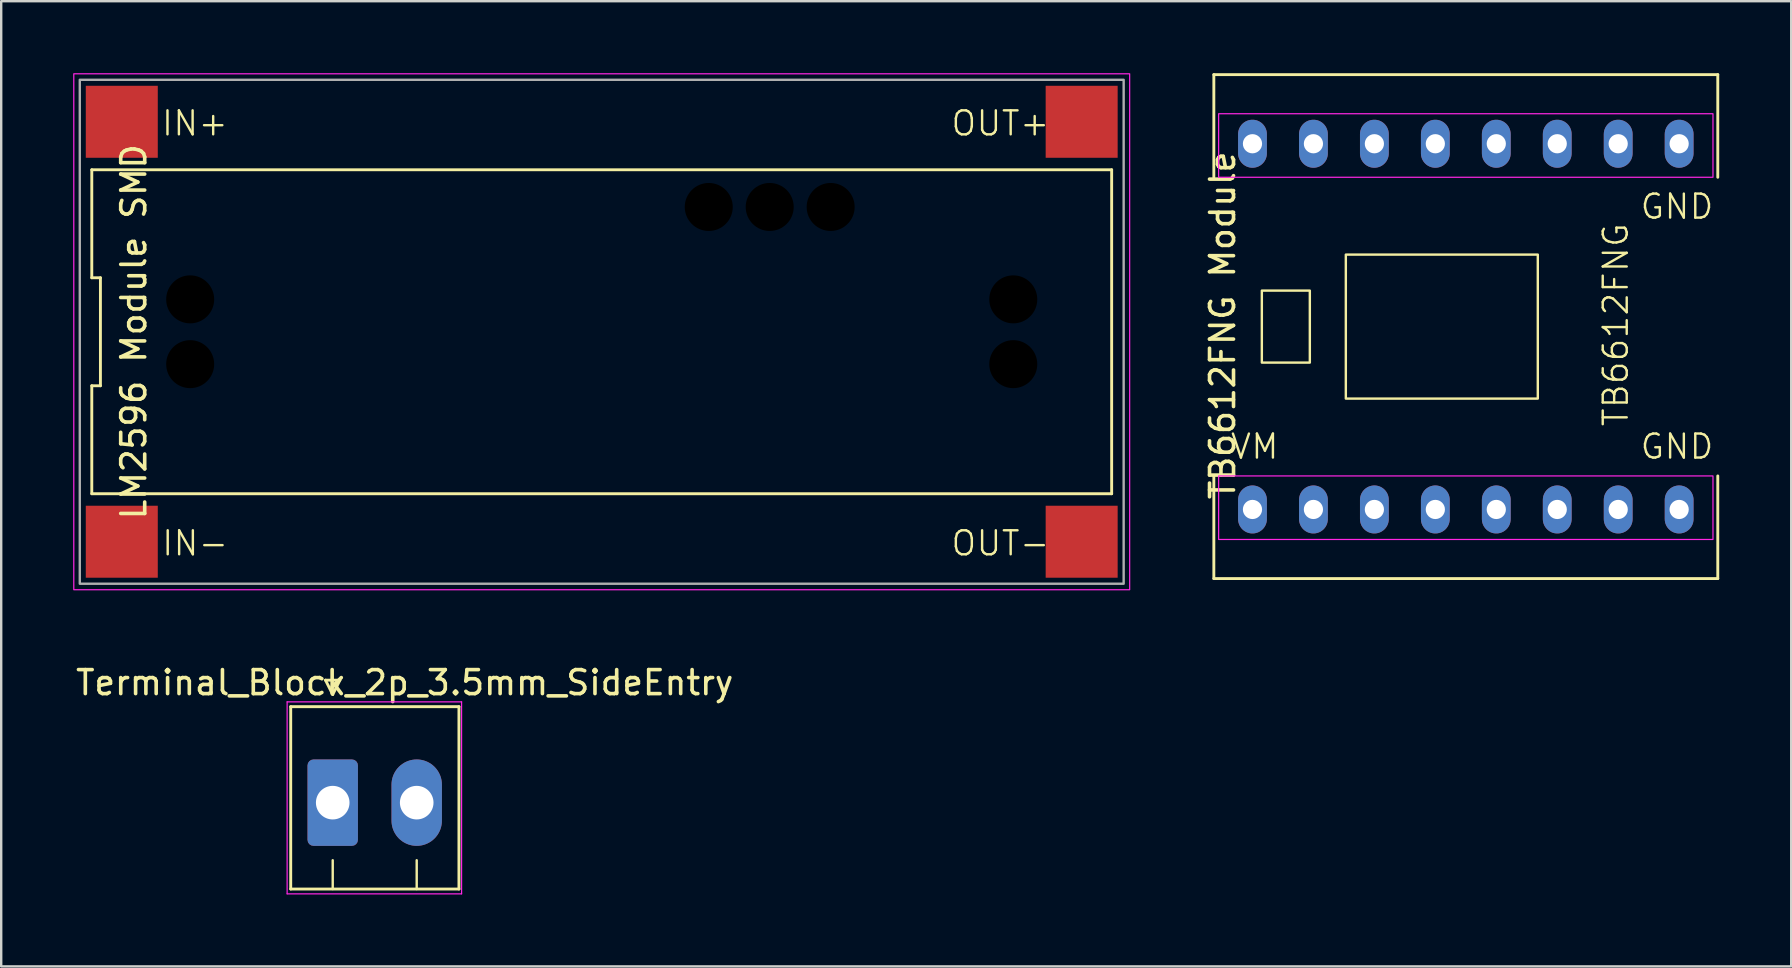
<source format=kicad_pcb>
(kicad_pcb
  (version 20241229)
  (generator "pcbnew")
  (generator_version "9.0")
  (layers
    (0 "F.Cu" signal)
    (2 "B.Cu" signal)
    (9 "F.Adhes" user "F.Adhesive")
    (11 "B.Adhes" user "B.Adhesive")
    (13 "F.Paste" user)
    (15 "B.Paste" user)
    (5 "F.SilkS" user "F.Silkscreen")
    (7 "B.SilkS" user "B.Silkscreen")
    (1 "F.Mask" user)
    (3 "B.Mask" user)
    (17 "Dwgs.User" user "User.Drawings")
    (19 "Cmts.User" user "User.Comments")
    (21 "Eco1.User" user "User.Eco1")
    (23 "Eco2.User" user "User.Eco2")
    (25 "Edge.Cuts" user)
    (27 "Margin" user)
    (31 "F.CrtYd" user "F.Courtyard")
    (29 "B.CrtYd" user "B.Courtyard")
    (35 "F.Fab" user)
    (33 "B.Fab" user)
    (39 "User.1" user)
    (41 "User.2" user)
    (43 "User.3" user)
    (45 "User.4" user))
  (footprint "LM2596 Module SMD"
    (layer "F.Cu")
    (at 22.025 10.775)
    (property "Reference" "LM2596 Module SMD" (at -19.5 0 90) (layer "F.SilkS") (effects (font (size 1 1) (thickness 0.15))))
    (attr through_hole)
    (fp_line (start -21.25 -6.75) (end -21.25 -2.25) (stroke (width 0.12) (type default)) (layer "F.SilkS"))
    (fp_line (start -21.25 -2.25) (end -20.89 -2.25) (stroke (width 0.12) (type default)) (layer "F.SilkS"))
    (fp_line (start -21.25 2.25) (end -21.25 6.75) (stroke (width 0.12) (type default)) (layer "F.SilkS"))
    (fp_line (start -21.25 6.75) (end 21.25 6.75) (stroke (width 0.12) (type default)) (layer "F.SilkS"))
    (fp_line (start -20.89 -2.25) (end -20.89 2.25) (stroke (width 0.12) (type default)) (layer "F.SilkS"))
    (fp_line (start -20.89 2.25) (end -21.25 2.25) (stroke (width 0.12) (type default)) (layer "F.SilkS"))
    (fp_line (start 21.25 -6.75) (end -21.25 -6.75) (stroke (width 0.12) (type default)) (layer "F.SilkS"))
    (fp_line (start 21.25 6.75) (end 21.25 -6.75) (stroke (width 0.12) (type default)) (layer "F.SilkS"))
    (fp_rect (start -22 -10.75) (end 22 10.75) (stroke (width 0.05) (type default)) (fill no) (layer "F.CrtYd"))
    (fp_rect (start -21.75 -10.5) (end 21.75 10.5) (stroke (width 0.1) (type default)) (fill no) (layer "F.Fab"))
    (fp_text user "IN-" (at -18.39 9.4 0) (unlocked yes) (layer "F.SilkS") (effects (font (size 1 1) (thickness 0.1)) (justify left bottom)))
    (fp_text user "OUT+" (at 14.5 -8.1 0) (unlocked yes) (layer "F.SilkS") (effects (font (size 1 1) (thickness 0.1)) (justify left bottom)))
    (fp_text user "IN+" (at -18.4 -8.1 0) (unlocked yes) (layer "F.SilkS") (effects (font (size 1 1) (thickness 0.1)) (justify left bottom)))
    (fp_text user "OUT-" (at 14.5 9.4 0) (unlocked yes) (layer "F.SilkS") (effects (font (size 1 1) (thickness 0.1)) (justify left bottom)))
    (pad "" np_thru_hole circle (at -17.15 -1.35) (size 2 2) (drill 2) (layers "*.Mask"))
    (pad "" np_thru_hole circle (at -17.15 1.35) (size 2 2) (drill 2) (layers "*.Mask"))
    (pad "" np_thru_hole circle (at 4.46 -5.2) (size 2 2) (drill 2) (layers "*.Mask"))
    (pad "" np_thru_hole circle (at 7 -5.2) (size 2 2) (drill 2) (layers "*.Mask"))
    (pad "" np_thru_hole circle (at 9.54 -5.2) (size 2 2) (drill 2) (layers "*.Mask"))
    (pad "" np_thru_hole circle (at 17.15 -1.35) (size 2 2) (drill 2) (layers "*.Mask"))
    (pad "" np_thru_hole circle (at 17.15 1.35) (size 2 2) (drill 2) (layers "*.Mask"))
    (pad "1" smd rect (at -20 8.75) (size 3 3) (layers "F.Cu" "F.Mask" "F.Paste"))
    (pad "2" smd rect (at 20 8.75) (size 3 3) (layers "F.Cu" "F.Mask" "F.Paste"))
    (pad "3" smd rect (at 20 -8.75) (size 3 3) (layers "F.Cu" "F.Mask" "F.Paste"))
    (pad "4" smd rect (at -20 -8.75) (size 3 3) (layers "F.Cu" "F.Mask" "F.Paste")))
  (footprint "TB6612FNG Module"
    (layer "F.Cu")
    (at 58.033 10.56)
    (property "Reference" "TB6612FNG Module" (at -10.135 -0.051 90) (layer "F.SilkS") (effects (font (size 1 1) (thickness 0.15))))
    (attr through_hole)
    (fp_line (start -10.5 -6.223) (end -10.5 -10.5) (stroke (width 0.12) (type default)) (layer "F.SilkS"))
    (fp_line (start -10.5 10.5) (end -10.5 6.223) (stroke (width 0.12) (type default)) (layer "F.SilkS"))
    (fp_line (start -10.5 10.5) (end 10.5 10.5) (stroke (width 0.12) (type default)) (layer "F.SilkS"))
    (fp_line (start 10.5 -10.5) (end -10.5 -10.5) (stroke (width 0.12) (type default)) (layer "F.SilkS"))
    (fp_line (start 10.5 -10.5) (end 10.5 -6.223) (stroke (width 0.12) (type default)) (layer "F.SilkS"))
    (fp_line (start 10.5 10.5) (end 10.5 6.223) (stroke (width 0.12) (type default)) (layer "F.SilkS"))
    (fp_rect (start -8.5 -1.5) (end -6.5 1.5) (stroke (width 0.1) (type default)) (fill no) (layer "F.SilkS"))
    (fp_rect (start -5 -3) (end 3 3) (stroke (width 0.1) (type default)) (fill no) (layer "F.SilkS"))
    (fp_rect (start -10.3 -8.87) (end 10.3 -6.223) (stroke (width 0.05) (type default)) (fill no) (layer "F.CrtYd"))
    (fp_rect (start -10.3 8.87) (end 10.3 6.223) (stroke (width 0.05) (type default)) (fill no) (layer "F.CrtYd"))
    (fp_text user "GND" (at 8.8 5 0) (unlocked yes) (layer "F.SilkS") (effects (font (size 1 1) (thickness 0.1))))
    (fp_text user "VM" (at -8.8 5 0) (unlocked yes) (layer "F.SilkS") (effects (font (size 1 1) (thickness 0.1))))
    (fp_text user "TB6612FNG" (at 6.248 -0.076 90) (unlocked yes) (layer "F.SilkS") (effects (font (size 1 1) (thickness 0.1))))
    (fp_text user "GND" (at 8.8 -5 0) (unlocked yes) (layer "F.SilkS") (effects (font (size 1 1) (thickness 0.1))))
    (pad "1" thru_hole oval (at -8.89 7.62) (size 1.2 2) (drill 0.8) (layers "*.Cu" "*.Mask"))
    (pad "2" thru_hole oval (at -6.35 7.62) (size 1.2 2) (drill 0.8) (layers "*.Cu" "*.Mask"))
    (pad "3" thru_hole oval (at -3.81 7.62) (size 1.2 2) (drill 0.8) (layers "*.Cu" "*.Mask"))
    (pad "4" thru_hole oval (at -1.27 7.62) (size 1.2 2) (drill 0.8) (layers "*.Cu" "*.Mask"))
    (pad "5" thru_hole oval (at 1.27 7.62) (size 1.2 2) (drill 0.8) (layers "*.Cu" "*.Mask"))
    (pad "6" thru_hole oval (at 3.81 7.62) (size 1.2 2) (drill 0.8) (layers "*.Cu" "*.Mask"))
    (pad "7" thru_hole oval (at 6.35 7.62) (size 1.2 2) (drill 0.8) (layers "*.Cu" "*.Mask"))
    (pad "8" thru_hole oval (at 8.89 7.62) (size 1.2 2) (drill 0.8) (layers "*.Cu" "*.Mask"))
    (pad "9" thru_hole oval (at 8.89 -7.62) (size 1.2 2) (drill 0.8) (layers "*.Cu" "*.Mask"))
    (pad "10" thru_hole oval (at 6.35 -7.62) (size 1.2 2) (drill 0.8) (layers "*.Cu" "*.Mask"))
    (pad "11" thru_hole oval (at 3.81 -7.62) (size 1.2 2) (drill 0.8) (layers "*.Cu" "*.Mask"))
    (pad "12" thru_hole oval (at 1.27 -7.62) (size 1.2 2) (drill 0.8) (layers "*.Cu" "*.Mask"))
    (pad "13" thru_hole oval (at -1.27 -7.62) (size 1.2 2) (drill 0.8) (layers "*.Cu" "*.Mask"))
    (pad "14" thru_hole oval (at -3.81 -7.62) (size 1.2 2) (drill 0.8) (layers "*.Cu" "*.Mask"))
    (pad "15" thru_hole oval (at -6.35 -7.62) (size 1.2 2) (drill 0.8) (layers "*.Cu" "*.Mask"))
    (pad "16" thru_hole oval (at -8.89 -7.62) (size 1.2 2) (drill 0.8) (layers "*.Cu" "*.Mask")))
  (footprint "Terminal_Block_2p_3.5mm_SideEntry"
    (layer "F.Cu")
    (at 10.815 30.398)
    (property "Reference" "Terminal_Block_2p_3.5mm_SideEntry" (at 3 -5 0) (layer "F.SilkS") (effects (font (size 1 1) (thickness 0.15))))
    (attr through_hole)
    (fp_line (start -1.75 -4) (end -1.75 3.6) (stroke (width 0.12) (type solid)) (layer "F.SilkS"))
    (fp_line (start -0.3 -5.105) (end 0.3 -5.105) (stroke (width 0.12) (type solid)) (layer "F.SilkS"))
    (fp_line (start 0 -4.505) (end -0.3 -5.105) (stroke (width 0.12) (type solid)) (layer "F.SilkS"))
    (fp_line (start 0 3.6) (end 0 2.4) (stroke (width 0.1) (type default)) (layer "F.SilkS"))
    (fp_line (start 0.3 -5.105) (end 0 -4.505) (stroke (width 0.12) (type solid)) (layer "F.SilkS"))
    (fp_line (start 3.5 3.6) (end 3.5 2.4) (stroke (width 0.1) (type default)) (layer "F.SilkS"))
    (fp_line (start 5.26 -4) (end -1.75 -4) (stroke (width 0.12) (type solid)) (layer "F.SilkS"))
    (fp_line (start 5.26 -4) (end 5.26 3.6) (stroke (width 0.12) (type solid)) (layer "F.SilkS"))
    (fp_line (start 5.26 3.6) (end -1.75 3.6) (stroke (width 0.12) (type solid)) (layer "F.SilkS"))
    (fp_line (start -1.9 -4.2) (end -1.9 3.8) (stroke (width 0.05) (type solid)) (layer "F.CrtYd"))
    (fp_line (start 5.37 -4.2) (end -1.9 -4.2) (stroke (width 0.05) (type solid)) (layer "F.CrtYd"))
    (fp_line (start 5.37 -4.2) (end 5.37 3.8) (stroke (width 0.05) (type solid)) (layer "F.CrtYd"))
    (fp_line (start 5.37 3.8) (end -1.9 3.8) (stroke (width 0.05) (type solid)) (layer "F.CrtYd"))
    (pad "1" thru_hole roundrect (at 0 0) (size 2.1 3.6) (drill 1.4) (layers "*.Cu" "*.Mask") (roundrect_rratio 0.119))
    (pad "2" thru_hole oval (at 3.5 0) (size 2.1 3.6) (drill 1.4) (layers "*.Cu" "*.Mask")))
  (gr_rect
    (start -3 -3)
    (end 71.593 37.223)
    (stroke (width 0.1) (type default))
    (fill no)
    (layer "Edge.Cuts")))
</source>
